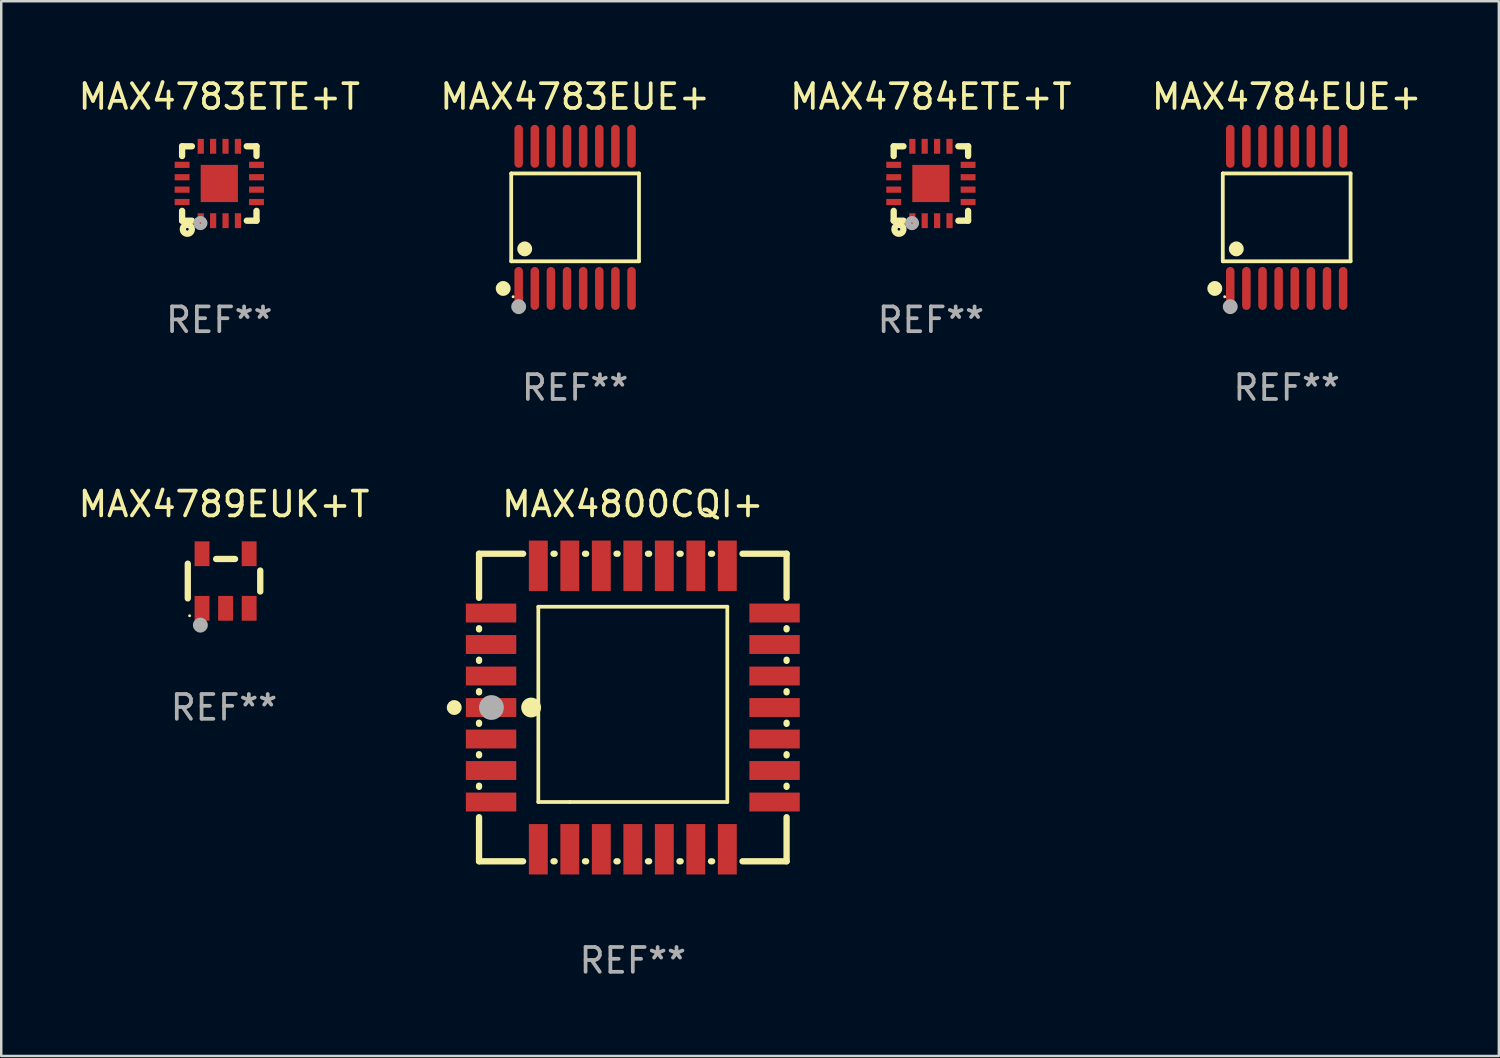
<source format=kicad_pcb>
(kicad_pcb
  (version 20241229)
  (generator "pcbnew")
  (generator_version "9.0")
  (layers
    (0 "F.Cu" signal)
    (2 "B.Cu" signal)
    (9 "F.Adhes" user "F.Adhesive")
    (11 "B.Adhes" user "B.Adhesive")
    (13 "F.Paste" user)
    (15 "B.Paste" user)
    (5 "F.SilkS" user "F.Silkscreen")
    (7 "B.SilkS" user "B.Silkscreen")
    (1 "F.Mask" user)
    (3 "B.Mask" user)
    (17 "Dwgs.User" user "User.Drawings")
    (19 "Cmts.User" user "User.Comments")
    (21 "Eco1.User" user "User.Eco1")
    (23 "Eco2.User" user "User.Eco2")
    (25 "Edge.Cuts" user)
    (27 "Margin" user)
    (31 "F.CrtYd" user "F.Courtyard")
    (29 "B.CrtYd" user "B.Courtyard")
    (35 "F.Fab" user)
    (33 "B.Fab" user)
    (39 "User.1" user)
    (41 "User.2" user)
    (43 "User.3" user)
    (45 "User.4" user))
  (footprint "MAX4784ETE+T"
    (layer "F.Cu")
    (at 34.482 4.348)
    (property "Reference" "MAX4784ETE+T" (at 0 -3.5 0) (layer "F.SilkS") (effects (font (size 1 1) (thickness 0.15))))
    (attr through_hole)
    (fp_line (start -1.5 -1.5) (end -1.5 -1.108) (stroke (width 0.254) (type solid)) (layer "F.SilkS"))
    (fp_line (start -1.5 -1.5) (end -1.105 -1.5) (stroke (width 0.254) (type solid)) (layer "F.SilkS"))
    (fp_line (start -1.5 1.104) (end -1.5 1.5) (stroke (width 0.254) (type solid)) (layer "F.SilkS"))
    (fp_line (start -1.5 1.5) (end -1.105 1.5) (stroke (width 0.254) (type solid)) (layer "F.SilkS"))
    (fp_line (start 1.106 -1.5) (end 1.5 -1.5) (stroke (width 0.254) (type solid)) (layer "F.SilkS"))
    (fp_line (start 1.108 1.5) (end 1.5 1.5) (stroke (width 0.254) (type solid)) (layer "F.SilkS"))
    (fp_line (start 1.5 -1.108) (end 1.5 -1.5) (stroke (width 0.254) (type solid)) (layer "F.SilkS"))
    (fp_line (start 1.5 1.5) (end 1.5 1.104) (stroke (width 0.254) (type solid)) (layer "F.SilkS"))
    (fp_circle (center -1.5 1.5) (end -1.47 1.5) (stroke (width 0.06) (type solid)) (fill no) (layer "F.SilkS"))
    (fp_circle (center -1.289 1.845) (end -1.235 1.845) (stroke (width 0.254) (type solid)) (fill no) (layer "F.SilkS"))
    (fp_circle (center -0.762 1.596) (end -0.731 1.596) (stroke (width 0.254) (type solid)) (fill no) (layer "F.Fab"))
    (fp_text user "REF**" (at 0 5.5 0) (layer "F.Fab") (effects (font (size 1 1) (thickness 0.15))))
    (pad "1" smd rect (at -0.748 1.5 180) (size 0.25 0.6) (layers "F.Cu" "F.Mask" "F.Paste"))
    (pad "2" smd rect (at -0.249 1.5 180) (size 0.25 0.6) (layers "F.Cu" "F.Mask" "F.Paste"))
    (pad "3" smd rect (at 0.252 1.5 180) (size 0.25 0.6) (layers "F.Cu" "F.Mask" "F.Paste"))
    (pad "4" smd rect (at 0.751 1.5 180) (size 0.25 0.6) (layers "F.Cu" "F.Mask" "F.Paste"))
    (pad "5" smd rect (at 1.5 0.748 270) (size 0.25 0.6) (layers "F.Cu" "F.Mask" "F.Paste"))
    (pad "6" smd rect (at 1.5 0.248 270) (size 0.25 0.6) (layers "F.Cu" "F.Mask" "F.Paste"))
    (pad "7" smd rect (at 1.5 -0.252 270) (size 0.25 0.6) (layers "F.Cu" "F.Mask" "F.Paste"))
    (pad "8" smd rect (at 1.5 -0.752 270) (size 0.25 0.6) (layers "F.Cu" "F.Mask" "F.Paste"))
    (pad "9" smd rect (at 0.75 -1.5) (size 0.25 0.6) (layers "F.Cu" "F.Mask" "F.Paste"))
    (pad "10" smd rect (at 0.25 -1.5) (size 0.25 0.6) (layers "F.Cu" "F.Mask" "F.Paste"))
    (pad "11" smd rect (at -0.25 -1.5) (size 0.25 0.6) (layers "F.Cu" "F.Mask" "F.Paste"))
    (pad "12" smd rect (at -0.748 -1.5) (size 0.25 0.6) (layers "F.Cu" "F.Mask" "F.Paste"))
    (pad "13" smd rect (at -1.5 -0.752 90) (size 0.25 0.6) (layers "F.Cu" "F.Mask" "F.Paste"))
    (pad "14" smd rect (at -1.5 -0.252 90) (size 0.25 0.6) (layers "F.Cu" "F.Mask" "F.Paste"))
    (pad "15" smd rect (at -1.5 0.248 90) (size 0.25 0.6) (layers "F.Cu" "F.Mask" "F.Paste"))
    (pad "16" smd rect (at -1.5 0.748 90) (size 0.25 0.6) (layers "F.Cu" "F.Mask" "F.Paste"))
    (pad "17" smd rect (at -0.000064 0.000076 90) (size 1.5 1.5) (layers "F.Cu" "F.Mask" "F.Paste")))
  (footprint "MAX4783EUE+"
    (layer "F.Cu")
    (at 20.137 5.714)
    (property "Reference" "MAX4783EUE+" (at 0 -4.866 0) (layer "F.SilkS") (effects (font (size 1 1) (thickness 0.15))))
    (attr through_hole)
    (fp_line (start -2.576 -1.772) (end 2.576 -1.772) (stroke (width 0.152) (type solid)) (layer "F.SilkS"))
    (fp_line (start -2.576 1.771) (end -2.576 -1.772) (stroke (width 0.152) (type solid)) (layer "F.SilkS"))
    (fp_line (start 2.576 -1.772) (end 2.576 1.771) (stroke (width 0.152) (type solid)) (layer "F.SilkS"))
    (fp_line (start 2.576 1.771) (end -2.576 1.771) (stroke (width 0.152) (type solid)) (layer "F.SilkS"))
    (fp_circle (center -2.899 2.866) (end -2.749 2.866) (stroke (width 0.3) (type solid)) (fill no) (layer "F.SilkS"))
    (fp_circle (center -2.5 3.2) (end -2.47 3.2) (stroke (width 0.06) (type solid)) (fill no) (layer "F.SilkS"))
    (fp_circle (center -2.032 1.27) (end -1.882 1.27) (stroke (width 0.3) (type solid)) (fill no) (layer "F.SilkS"))
    (fp_circle (center -2.275 3.6) (end -2.125 3.6) (stroke (width 0.3) (type solid)) (fill no) (layer "F.Fab"))
    (fp_text user "REF**" (at 0 6.866 0) (layer "F.Fab") (effects (font (size 1 1) (thickness 0.15))))
    (pad "1" smd oval (at -2.275 2.866) (size 0.343 1.731) (layers "F.Cu" "F.Mask" "F.Paste"))
    (pad "2" smd oval (at -1.625 2.866) (size 0.343 1.731) (layers "F.Cu" "F.Mask" "F.Paste"))
    (pad "3" smd oval (at -0.975 2.866) (size 0.343 1.731) (layers "F.Cu" "F.Mask" "F.Paste"))
    (pad "4" smd oval (at -0.325 2.866) (size 0.343 1.731) (layers "F.Cu" "F.Mask" "F.Paste"))
    (pad "5" smd oval (at 0.325 2.866) (size 0.343 1.731) (layers "F.Cu" "F.Mask" "F.Paste"))
    (pad "6" smd oval (at 0.975 2.866) (size 0.343 1.731) (layers "F.Cu" "F.Mask" "F.Paste"))
    (pad "7" smd oval (at 1.625 2.866) (size 0.343 1.731) (layers "F.Cu" "F.Mask" "F.Paste"))
    (pad "8" smd oval (at 2.275 2.866) (size 0.343 1.731) (layers "F.Cu" "F.Mask" "F.Paste"))
    (pad "9" smd oval (at 2.275 -2.866) (size 0.343 1.731) (layers "F.Cu" "F.Mask" "F.Paste"))
    (pad "10" smd oval (at 1.625 -2.866) (size 0.343 1.731) (layers "F.Cu" "F.Mask" "F.Paste"))
    (pad "11" smd oval (at 0.975 -2.866) (size 0.343 1.731) (layers "F.Cu" "F.Mask" "F.Paste"))
    (pad "12" smd oval (at 0.325 -2.866) (size 0.343 1.731) (layers "F.Cu" "F.Mask" "F.Paste"))
    (pad "13" smd oval (at -0.325 -2.866) (size 0.343 1.731) (layers "F.Cu" "F.Mask" "F.Paste"))
    (pad "14" smd oval (at -0.975 -2.866) (size 0.343 1.731) (layers "F.Cu" "F.Mask" "F.Paste"))
    (pad "15" smd oval (at -1.625 -2.866) (size 0.343 1.731) (layers "F.Cu" "F.Mask" "F.Paste"))
    (pad "16" smd oval (at -2.275 -2.866) (size 0.343 1.731) (layers "F.Cu" "F.Mask" "F.Paste")))
  (footprint "MAX4784EUE+"
    (layer "F.Cu")
    (at 48.827 5.714)
    (property "Reference" "MAX4784EUE+" (at 0 -4.866 0) (layer "F.SilkS") (effects (font (size 1 1) (thickness 0.15))))
    (attr through_hole)
    (fp_line (start -2.576 -1.772) (end 2.576 -1.772) (stroke (width 0.152) (type solid)) (layer "F.SilkS"))
    (fp_line (start -2.576 1.771) (end -2.576 -1.772) (stroke (width 0.152) (type solid)) (layer "F.SilkS"))
    (fp_line (start 2.576 -1.772) (end 2.576 1.771) (stroke (width 0.152) (type solid)) (layer "F.SilkS"))
    (fp_line (start 2.576 1.771) (end -2.576 1.771) (stroke (width 0.152) (type solid)) (layer "F.SilkS"))
    (fp_circle (center -2.899 2.866) (end -2.749 2.866) (stroke (width 0.3) (type solid)) (fill no) (layer "F.SilkS"))
    (fp_circle (center -2.5 3.2) (end -2.47 3.2) (stroke (width 0.06) (type solid)) (fill no) (layer "F.SilkS"))
    (fp_circle (center -2.032 1.27) (end -1.882 1.27) (stroke (width 0.3) (type solid)) (fill no) (layer "F.SilkS"))
    (fp_circle (center -2.275 3.6) (end -2.125 3.6) (stroke (width 0.3) (type solid)) (fill no) (layer "F.Fab"))
    (fp_text user "REF**" (at 0 6.866 0) (layer "F.Fab") (effects (font (size 1 1) (thickness 0.15))))
    (pad "1" smd oval (at -2.275 2.866) (size 0.343 1.731) (layers "F.Cu" "F.Mask" "F.Paste"))
    (pad "2" smd oval (at -1.625 2.866) (size 0.343 1.731) (layers "F.Cu" "F.Mask" "F.Paste"))
    (pad "3" smd oval (at -0.975 2.866) (size 0.343 1.731) (layers "F.Cu" "F.Mask" "F.Paste"))
    (pad "4" smd oval (at -0.325 2.866) (size 0.343 1.731) (layers "F.Cu" "F.Mask" "F.Paste"))
    (pad "5" smd oval (at 0.325 2.866) (size 0.343 1.731) (layers "F.Cu" "F.Mask" "F.Paste"))
    (pad "6" smd oval (at 0.975 2.866) (size 0.343 1.731) (layers "F.Cu" "F.Mask" "F.Paste"))
    (pad "7" smd oval (at 1.625 2.866) (size 0.343 1.731) (layers "F.Cu" "F.Mask" "F.Paste"))
    (pad "8" smd oval (at 2.275 2.866) (size 0.343 1.731) (layers "F.Cu" "F.Mask" "F.Paste"))
    (pad "9" smd oval (at 2.275 -2.866) (size 0.343 1.731) (layers "F.Cu" "F.Mask" "F.Paste"))
    (pad "10" smd oval (at 1.625 -2.866) (size 0.343 1.731) (layers "F.Cu" "F.Mask" "F.Paste"))
    (pad "11" smd oval (at 0.975 -2.866) (size 0.343 1.731) (layers "F.Cu" "F.Mask" "F.Paste"))
    (pad "12" smd oval (at 0.325 -2.866) (size 0.343 1.731) (layers "F.Cu" "F.Mask" "F.Paste"))
    (pad "13" smd oval (at -0.325 -2.866) (size 0.343 1.731) (layers "F.Cu" "F.Mask" "F.Paste"))
    (pad "14" smd oval (at -0.975 -2.866) (size 0.343 1.731) (layers "F.Cu" "F.Mask" "F.Paste"))
    (pad "15" smd oval (at -1.625 -2.866) (size 0.343 1.731) (layers "F.Cu" "F.Mask" "F.Paste"))
    (pad "16" smd oval (at -2.275 -2.866) (size 0.343 1.731) (layers "F.Cu" "F.Mask" "F.Paste")))
  (footprint "MAX4789EUK+T"
    (layer "F.Cu")
    (at 5.982 20.376)
    (property "Reference" "MAX4789EUK+T" (at 0 -3.1 0) (layer "F.SilkS") (effects (font (size 1 1) (thickness 0.15))))
    (attr through_hole)
    (fp_line (start -1.461 -0.699) (end -1.461 0.699) (stroke (width 0.254) (type solid)) (layer "F.SilkS"))
    (fp_line (start -0.318 -0.889) (end 0.445 -0.889) (stroke (width 0.254) (type solid)) (layer "F.SilkS"))
    (fp_line (start 1.461 -0.422) (end 1.461 0.422) (stroke (width 0.254) (type solid)) (layer "F.SilkS"))
    (fp_circle (center -1.387 1.4) (end -1.357 1.4) (stroke (width 0.06) (type solid)) (fill no) (layer "F.SilkS"))
    (fp_circle (center -0.953 1.778) (end -0.802 1.778) (stroke (width 0.3) (type solid)) (fill no) (layer "F.Fab"))
    (fp_text user "REF**" (at 0 5.1 0) (layer "F.Fab") (effects (font (size 1 1) (thickness 0.15))))
    (pad "1" smd rect (at -0.886 1.1) (size 0.6 1) (layers "F.Cu" "F.Mask" "F.Paste"))
    (pad "2" smd rect (at 0.064 1.1) (size 0.6 1) (layers "F.Cu" "F.Mask" "F.Paste"))
    (pad "3" smd rect (at 1.013 1.1) (size 0.6 1) (layers "F.Cu" "F.Mask" "F.Paste"))
    (pad "4" smd rect (at 1.013 -1.1) (size 0.6 1) (layers "F.Cu" "F.Mask" "F.Paste"))
    (pad "5" smd rect (at -0.886 -1.1) (size 0.6 1) (layers "F.Cu" "F.Mask" "F.Paste")))
  (footprint "MAX4800CQI+"
    (layer "F.Cu")
    (at 22.464 25.476)
    (property "Reference" "MAX4800CQI+" (at 0 -8.2 0) (layer "F.SilkS") (effects (font (size 1 1) (thickness 0.15))))
    (attr through_hole)
    (fp_line (start -6.2 -6.2) (end -4.422 -6.2) (stroke (width 0.254) (type solid)) (layer "F.SilkS"))
    (fp_line (start -6.2 -4.422) (end -6.2 -6.2) (stroke (width 0.254) (type solid)) (layer "F.SilkS"))
    (fp_line (start -6.2 -3.152) (end -6.2 -3.198) (stroke (width 0.254) (type solid)) (layer "F.SilkS"))
    (fp_line (start -6.2 -1.882) (end -6.2 -1.928) (stroke (width 0.254) (type solid)) (layer "F.SilkS"))
    (fp_line (start -6.2 -0.612) (end -6.2 -0.658) (stroke (width 0.254) (type solid)) (layer "F.SilkS"))
    (fp_line (start -6.2 0.658) (end -6.2 0.612) (stroke (width 0.254) (type solid)) (layer "F.SilkS"))
    (fp_line (start -6.2 1.928) (end -6.2 1.882) (stroke (width 0.254) (type solid)) (layer "F.SilkS"))
    (fp_line (start -6.2 3.198) (end -6.2 3.152) (stroke (width 0.254) (type solid)) (layer "F.SilkS"))
    (fp_line (start -6.2 6.2) (end -6.2 4.422) (stroke (width 0.254) (type solid)) (layer "F.SilkS"))
    (fp_line (start -4.422 6.2) (end -6.2 6.2) (stroke (width 0.254) (type solid)) (layer "F.SilkS"))
    (fp_line (start -3.81 -4.064) (end 3.81 -4.064) (stroke (width 0.15) (type solid)) (layer "F.SilkS"))
    (fp_line (start -3.81 3.81) (end -3.81 -4.064) (stroke (width 0.15) (type solid)) (layer "F.SilkS"))
    (fp_line (start -3.198 -6.2) (end -3.152 -6.2) (stroke (width 0.254) (type solid)) (layer "F.SilkS"))
    (fp_line (start -3.152 6.2) (end -3.198 6.2) (stroke (width 0.254) (type solid)) (layer "F.SilkS"))
    (fp_line (start -2.54 3.81) (end -3.81 3.81) (stroke (width 0.15) (type solid)) (layer "F.SilkS"))
    (fp_line (start -1.928 -6.2) (end -1.882 -6.2) (stroke (width 0.254) (type solid)) (layer "F.SilkS"))
    (fp_line (start -1.882 6.2) (end -1.928 6.2) (stroke (width 0.254) (type solid)) (layer "F.SilkS"))
    (fp_line (start -0.658 -6.2) (end -0.612 -6.2) (stroke (width 0.254) (type solid)) (layer "F.SilkS"))
    (fp_line (start -0.612 6.2) (end -0.658 6.2) (stroke (width 0.254) (type solid)) (layer "F.SilkS"))
    (fp_line (start 0.612 -6.2) (end 0.658 -6.2) (stroke (width 0.254) (type solid)) (layer "F.SilkS"))
    (fp_line (start 0.658 6.2) (end 0.612 6.2) (stroke (width 0.254) (type solid)) (layer "F.SilkS"))
    (fp_line (start 1.882 -6.2) (end 1.928 -6.2) (stroke (width 0.254) (type solid)) (layer "F.SilkS"))
    (fp_line (start 1.928 6.2) (end 1.882 6.2) (stroke (width 0.254) (type solid)) (layer "F.SilkS"))
    (fp_line (start 3.152 -6.2) (end 3.198 -6.2) (stroke (width 0.254) (type solid)) (layer "F.SilkS"))
    (fp_line (start 3.198 6.2) (end 3.152 6.2) (stroke (width 0.254) (type solid)) (layer "F.SilkS"))
    (fp_line (start 3.81 -4.064) (end 3.81 3.81) (stroke (width 0.15) (type solid)) (layer "F.SilkS"))
    (fp_line (start 3.81 3.81) (end -2.54 3.81) (stroke (width 0.15) (type solid)) (layer "F.SilkS"))
    (fp_line (start 4.422 -6.2) (end 6.2 -6.2) (stroke (width 0.254) (type solid)) (layer "F.SilkS"))
    (fp_line (start 6.2 -6.2) (end 6.2 -4.422) (stroke (width 0.254) (type solid)) (layer "F.SilkS"))
    (fp_line (start 6.2 -3.198) (end 6.2 -3.152) (stroke (width 0.254) (type solid)) (layer "F.SilkS"))
    (fp_line (start 6.2 -1.928) (end 6.2 -1.882) (stroke (width 0.254) (type solid)) (layer "F.SilkS"))
    (fp_line (start 6.2 -0.658) (end 6.2 -0.612) (stroke (width 0.254) (type solid)) (layer "F.SilkS"))
    (fp_line (start 6.2 0.612) (end 6.2 0.658) (stroke (width 0.254) (type solid)) (layer "F.SilkS"))
    (fp_line (start 6.2 1.882) (end 6.2 1.928) (stroke (width 0.254) (type solid)) (layer "F.SilkS"))
    (fp_line (start 6.2 3.152) (end 6.2 3.198) (stroke (width 0.254) (type solid)) (layer "F.SilkS"))
    (fp_line (start 6.2 4.422) (end 6.2 6.2) (stroke (width 0.254) (type solid)) (layer "F.SilkS"))
    (fp_line (start 6.2 6.2) (end 4.422 6.2) (stroke (width 0.254) (type solid)) (layer "F.SilkS"))
    (fp_circle (center -7.2 0) (end -7.05 0) (stroke (width 0.3) (type solid)) (fill no) (layer "F.SilkS"))
    (fp_circle (center -6.223 6.223) (end -6.193 6.223) (stroke (width 0.06) (type solid)) (fill no) (layer "F.SilkS"))
    (fp_circle (center -4.1 0) (end -3.9 0) (stroke (width 0.4) (type solid)) (fill no) (layer "F.SilkS"))
    (fp_circle (center -5.7 0) (end -5.45 0) (stroke (width 0.5) (type solid)) (fill no) (layer "F.Fab"))
    (fp_text user "REF**" (at 0 10.2 0) (layer "F.Fab") (effects (font (size 1 1) (thickness 0.15))))
    (pad "1" smd rect (at -5.715 0) (size 2.032 0.762) (layers "F.Cu" "F.Mask" "F.Paste"))
    (pad "2" smd rect (at -5.715 1.27) (size 2.032 0.762) (layers "F.Cu" "F.Mask" "F.Paste"))
    (pad "3" smd rect (at -5.715 2.54) (size 2.032 0.762) (layers "F.Cu" "F.Mask" "F.Paste"))
    (pad "4" smd rect (at -5.715 3.81) (size 2.032 0.762) (layers "F.Cu" "F.Mask" "F.Paste"))
    (pad "5" smd rect (at -3.81 5.715) (size 0.762 2.032) (layers "F.Cu" "F.Mask" "F.Paste"))
    (pad "6" smd rect (at -2.54 5.715) (size 0.762 2.032) (layers "F.Cu" "F.Mask" "F.Paste"))
    (pad "7" smd rect (at -1.27 5.715) (size 0.762 2.032) (layers "F.Cu" "F.Mask" "F.Paste"))
    (pad "8" smd rect (at 0 5.715) (size 0.762 2.032) (layers "F.Cu" "F.Mask" "F.Paste"))
    (pad "9" smd rect (at 1.27 5.715) (size 0.762 2.032) (layers "F.Cu" "F.Mask" "F.Paste"))
    (pad "10" smd rect (at 2.54 5.715) (size 0.762 2.032) (layers "F.Cu" "F.Mask" "F.Paste"))
    (pad "11" smd rect (at 3.81 5.715) (size 0.762 2.032) (layers "F.Cu" "F.Mask" "F.Paste"))
    (pad "12" smd rect (at 5.715 3.81) (size 2.032 0.762) (layers "F.Cu" "F.Mask" "F.Paste"))
    (pad "13" smd rect (at 5.715 2.54) (size 2.032 0.762) (layers "F.Cu" "F.Mask" "F.Paste"))
    (pad "14" smd rect (at 5.715 1.27) (size 2.032 0.762) (layers "F.Cu" "F.Mask" "F.Paste"))
    (pad "15" smd rect (at 5.715 0) (size 2.032 0.762) (layers "F.Cu" "F.Mask" "F.Paste"))
    (pad "16" smd rect (at 5.715 -1.27) (size 2.032 0.762) (layers "F.Cu" "F.Mask" "F.Paste"))
    (pad "17" smd rect (at 5.715 -2.54) (size 2.032 0.762) (layers "F.Cu" "F.Mask" "F.Paste"))
    (pad "18" smd rect (at 5.715 -3.81) (size 2.032 0.762) (layers "F.Cu" "F.Mask" "F.Paste"))
    (pad "19" smd rect (at 3.81 -5.715) (size 0.762 2.032) (layers "F.Cu" "F.Mask" "F.Paste"))
    (pad "20" smd rect (at 2.54 -5.715) (size 0.762 2.032) (layers "F.Cu" "F.Mask" "F.Paste"))
    (pad "21" smd rect (at 1.27 -5.715) (size 0.762 2.032) (layers "F.Cu" "F.Mask" "F.Paste"))
    (pad "22" smd rect (at 0 -5.715) (size 0.762 2.032) (layers "F.Cu" "F.Mask" "F.Paste"))
    (pad "23" smd rect (at -1.27 -5.715) (size 0.762 2.032) (layers "F.Cu" "F.Mask" "F.Paste"))
    (pad "24" smd rect (at -2.54 -5.715) (size 0.762 2.032) (layers "F.Cu" "F.Mask" "F.Paste"))
    (pad "25" smd rect (at -3.81 -5.715) (size 0.762 2.032) (layers "F.Cu" "F.Mask" "F.Paste"))
    (pad "26" smd rect (at -5.715 -3.81) (size 2.032 0.762) (layers "F.Cu" "F.Mask" "F.Paste"))
    (pad "27" smd rect (at -5.715 -2.54) (size 2.032 0.762) (layers "F.Cu" "F.Mask" "F.Paste"))
    (pad "28" smd rect (at -5.715 -1.27) (size 2.032 0.762) (layers "F.Cu" "F.Mask" "F.Paste")))
  (footprint "MAX4783ETE+T"
    (layer "F.Cu")
    (at 5.792 4.348)
    (property "Reference" "MAX4783ETE+T" (at 0 -3.5 0) (layer "F.SilkS") (effects (font (size 1 1) (thickness 0.15))))
    (attr through_hole)
    (fp_line (start -1.5 -1.5) (end -1.5 -1.108) (stroke (width 0.254) (type solid)) (layer "F.SilkS"))
    (fp_line (start -1.5 -1.5) (end -1.105 -1.5) (stroke (width 0.254) (type solid)) (layer "F.SilkS"))
    (fp_line (start -1.5 1.104) (end -1.5 1.5) (stroke (width 0.254) (type solid)) (layer "F.SilkS"))
    (fp_line (start -1.5 1.5) (end -1.105 1.5) (stroke (width 0.254) (type solid)) (layer "F.SilkS"))
    (fp_line (start 1.106 -1.5) (end 1.5 -1.5) (stroke (width 0.254) (type solid)) (layer "F.SilkS"))
    (fp_line (start 1.108 1.5) (end 1.5 1.5) (stroke (width 0.254) (type solid)) (layer "F.SilkS"))
    (fp_line (start 1.5 -1.108) (end 1.5 -1.5) (stroke (width 0.254) (type solid)) (layer "F.SilkS"))
    (fp_line (start 1.5 1.5) (end 1.5 1.104) (stroke (width 0.254) (type solid)) (layer "F.SilkS"))
    (fp_circle (center -1.5 1.5) (end -1.47 1.5) (stroke (width 0.06) (type solid)) (fill no) (layer "F.SilkS"))
    (fp_circle (center -1.289 1.845) (end -1.235 1.845) (stroke (width 0.254) (type solid)) (fill no) (layer "F.SilkS"))
    (fp_circle (center -0.762 1.596) (end -0.731 1.596) (stroke (width 0.254) (type solid)) (fill no) (layer "F.Fab"))
    (fp_text user "REF**" (at 0 5.5 0) (layer "F.Fab") (effects (font (size 1 1) (thickness 0.15))))
    (pad "1" smd rect (at -0.748 1.5 180) (size 0.25 0.6) (layers "F.Cu" "F.Mask" "F.Paste"))
    (pad "2" smd rect (at -0.249 1.5 180) (size 0.25 0.6) (layers "F.Cu" "F.Mask" "F.Paste"))
    (pad "3" smd rect (at 0.252 1.5 180) (size 0.25 0.6) (layers "F.Cu" "F.Mask" "F.Paste"))
    (pad "4" smd rect (at 0.751 1.5 180) (size 0.25 0.6) (layers "F.Cu" "F.Mask" "F.Paste"))
    (pad "5" smd rect (at 1.5 0.748 270) (size 0.25 0.6) (layers "F.Cu" "F.Mask" "F.Paste"))
    (pad "6" smd rect (at 1.5 0.248 270) (size 0.25 0.6) (layers "F.Cu" "F.Mask" "F.Paste"))
    (pad "7" smd rect (at 1.5 -0.252 270) (size 0.25 0.6) (layers "F.Cu" "F.Mask" "F.Paste"))
    (pad "8" smd rect (at 1.5 -0.752 270) (size 0.25 0.6) (layers "F.Cu" "F.Mask" "F.Paste"))
    (pad "9" smd rect (at 0.75 -1.5) (size 0.25 0.6) (layers "F.Cu" "F.Mask" "F.Paste"))
    (pad "10" smd rect (at 0.25 -1.5) (size 0.25 0.6) (layers "F.Cu" "F.Mask" "F.Paste"))
    (pad "11" smd rect (at -0.25 -1.5) (size 0.25 0.6) (layers "F.Cu" "F.Mask" "F.Paste"))
    (pad "12" smd rect (at -0.748 -1.5) (size 0.25 0.6) (layers "F.Cu" "F.Mask" "F.Paste"))
    (pad "13" smd rect (at -1.5 -0.752 90) (size 0.25 0.6) (layers "F.Cu" "F.Mask" "F.Paste"))
    (pad "14" smd rect (at -1.5 -0.252 90) (size 0.25 0.6) (layers "F.Cu" "F.Mask" "F.Paste"))
    (pad "15" smd rect (at -1.5 0.248 90) (size 0.25 0.6) (layers "F.Cu" "F.Mask" "F.Paste"))
    (pad "16" smd rect (at -1.5 0.748 90) (size 0.25 0.6) (layers "F.Cu" "F.Mask" "F.Paste"))
    (pad "17" smd rect (at -0.000064 0.000076 90) (size 1.5 1.5) (layers "F.Cu" "F.Mask" "F.Paste")))
  (gr_rect
    (start -3 -3)
    (end 57.381 39.525)
    (stroke (width 0.1) (type default))
    (fill no)
    (layer "Edge.Cuts")))
</source>
